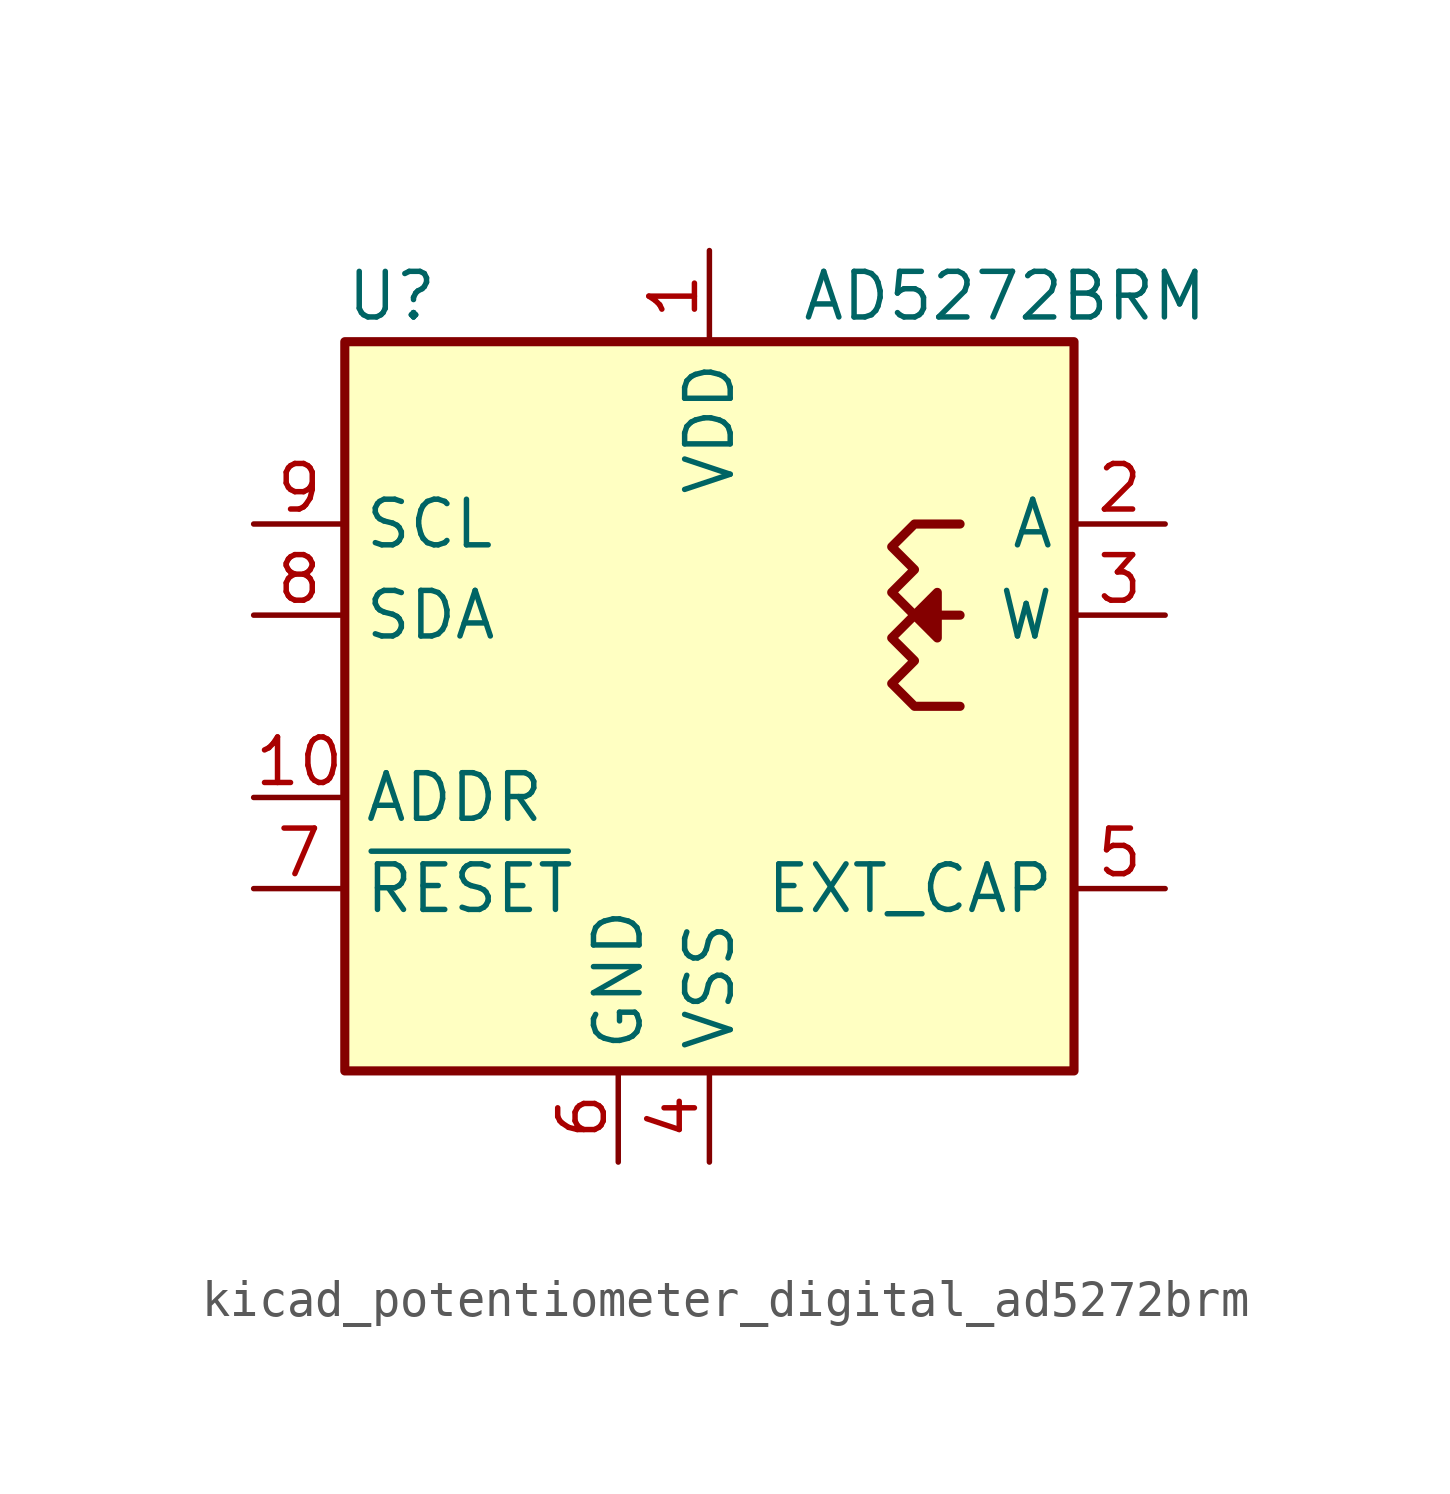
<source format=kicad_sym>
(kicad_symbol_lib
  (version 20220914)
  (generator kicad_symbol_editor)
  (symbol "kicad_potentiometer_digital_ad5272brm"
    (property "Reference" "U"
      (at -10.16 11.43 0)
      (effects (font (size 1.27 1.27)) (justify left)))
    (property "Value" "AD5272BRM"
      (at 2.54 11.43 0)
      (effects (font (size 1.27 1.27)) (justify left)))
    (symbol "kicad_potentiometer_digital_ad5272brm_0_1"
      (rectangle (start -10.16 10.16) (end 10.16 -10.16) (stroke (width 0.254) (type default)) (fill (type background)))
      (polyline (pts (xy 6.985 2.54) (xy 6.35 2.54) (xy 5.715 2.54) (xy 6.35 3.175) (xy 6.35 1.905) (xy 5.715 2.54)) (stroke (width 0.254) (type default)) (fill (type outline)))
      (polyline (pts (xy 6.985 5.08) (xy 5.715 5.08) (xy 5.08 4.445) (xy 5.715 3.81) (xy 5.08 3.175) (xy 5.715 2.54) (xy 5.08 1.905) (xy 5.715 1.27) (xy 5.08 0.635) (xy 5.715 0) (xy 6.985 0)) (stroke (width 0.254) (type default)) (fill (type none))))
    (symbol "kicad_potentiometer_digital_ad5272brm_1_1"
      (pin power_in line (at 0 12.7 270) (length 2.54) (name "VDD" (effects (font (size 1.27 1.27)))) (number "1" (effects (font (size 1.27 1.27)))))
      (pin passive line (at -12.7 -2.54 0) (length 2.54) (name "ADDR" (effects (font (size 1.27 1.27)))) (number "10" (effects (font (size 1.27 1.27)))))
      (pin passive line (at 12.7 5.08 180) (length 2.54) (name "A" (effects (font (size 1.27 1.27)))) (number "2" (effects (font (size 1.27 1.27)))))
      (pin passive line (at 12.7 2.54 180) (length 2.54) (name "W" (effects (font (size 1.27 1.27)))) (number "3" (effects (font (size 1.27 1.27)))))
      (pin power_in line (at 0 -12.7 90) (length 2.54) (name "VSS" (effects (font (size 1.27 1.27)))) (number "4" (effects (font (size 1.27 1.27)))))
      (pin passive line (at 12.7 -5.08 180) (length 2.54) (name "EXT_CAP" (effects (font (size 1.27 1.27)))) (number "5" (effects (font (size 1.27 1.27)))))
      (pin power_in line (at -2.54 -12.7 90) (length 2.54) (name "GND" (effects (font (size 1.27 1.27)))) (number "6" (effects (font (size 1.27 1.27)))))
      (pin input line (at -12.7 -5.08 0) (length 2.54) (name "~{RESET}" (effects (font (size 1.27 1.27)))) (number "7" (effects (font (size 1.27 1.27)))))
      (pin bidirectional line (at -12.7 2.54 0) (length 2.54) (name "SDA" (effects (font (size 1.27 1.27)))) (number "8" (effects (font (size 1.27 1.27)))))
      (pin input line (at -12.7 5.08 0) (length 2.54) (name "SCL" (effects (font (size 1.27 1.27)))) (number "9" (effects (font (size 1.27 1.27))))))))
</source>
